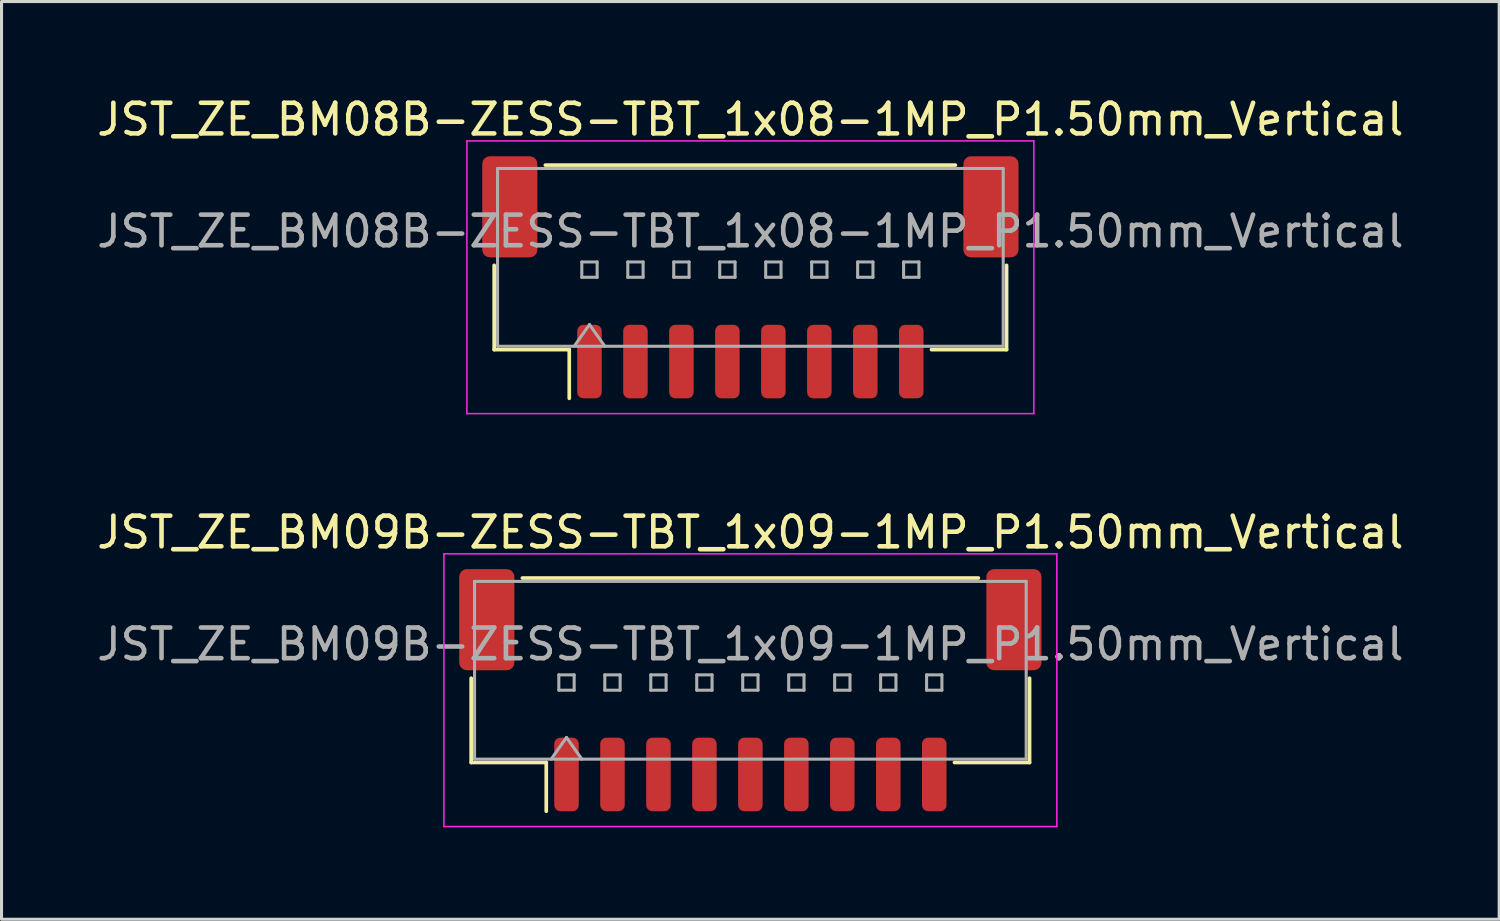
<source format=kicad_pcb>
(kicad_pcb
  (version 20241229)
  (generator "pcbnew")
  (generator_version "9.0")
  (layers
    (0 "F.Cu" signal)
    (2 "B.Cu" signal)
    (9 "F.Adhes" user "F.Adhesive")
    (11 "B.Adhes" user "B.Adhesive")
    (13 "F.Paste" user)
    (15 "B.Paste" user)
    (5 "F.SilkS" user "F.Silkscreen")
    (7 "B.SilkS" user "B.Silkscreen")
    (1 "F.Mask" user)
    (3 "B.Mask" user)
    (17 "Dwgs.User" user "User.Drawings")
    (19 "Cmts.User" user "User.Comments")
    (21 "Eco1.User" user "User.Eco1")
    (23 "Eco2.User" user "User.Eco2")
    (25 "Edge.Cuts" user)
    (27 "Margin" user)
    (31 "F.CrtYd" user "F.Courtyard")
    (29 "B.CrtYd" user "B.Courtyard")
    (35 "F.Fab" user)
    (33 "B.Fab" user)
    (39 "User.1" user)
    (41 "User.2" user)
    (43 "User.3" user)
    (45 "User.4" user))
  (footprint "JST_ZE_BM08B-ZESS-TBT_1x08-1MP_P1.50mm_Vertical"
    (layer "F.Cu")
    (at 21.435 5.998)
    (property "Reference" "JST_ZE_BM08B-ZESS-TBT_1x08-1MP_P1.50mm_Vertical" (at 0 -5.15 0) (layer "F.SilkS") (effects (font (size 1 1) (thickness 0.15))))
    (attr smd)
    (fp_line (start -8.36 -0.39) (end -8.36 2.36) (stroke (width 0.12) (type solid)) (layer "F.SilkS"))
    (fp_line (start -8.36 2.36) (end -5.91 2.36) (stroke (width 0.12) (type solid)) (layer "F.SilkS"))
    (fp_line (start -6.69 -3.66) (end 6.69 -3.66) (stroke (width 0.12) (type solid)) (layer "F.SilkS"))
    (fp_line (start -5.91 2.36) (end -5.91 3.95) (stroke (width 0.12) (type solid)) (layer "F.SilkS"))
    (fp_line (start 8.36 -0.39) (end 8.36 2.36) (stroke (width 0.12) (type solid)) (layer "F.SilkS"))
    (fp_line (start 8.36 2.36) (end 5.91 2.36) (stroke (width 0.12) (type solid)) (layer "F.SilkS"))
    (fp_line (start -9.25 -4.45) (end -9.25 4.45) (stroke (width 0.05) (type solid)) (layer "F.CrtYd"))
    (fp_line (start -9.25 4.45) (end 9.25 4.45) (stroke (width 0.05) (type solid)) (layer "F.CrtYd"))
    (fp_line (start 9.25 -4.45) (end -9.25 -4.45) (stroke (width 0.05) (type solid)) (layer "F.CrtYd"))
    (fp_line (start 9.25 4.45) (end 9.25 -4.45) (stroke (width 0.05) (type solid)) (layer "F.CrtYd"))
    (fp_line (start -8.25 -3.55) (end 8.25 -3.55) (stroke (width 0.1) (type solid)) (layer "F.Fab"))
    (fp_line (start -8.25 2.25) (end -8.25 -3.55) (stroke (width 0.1) (type solid)) (layer "F.Fab"))
    (fp_line (start -8.25 2.25) (end 8.25 2.25) (stroke (width 0.1) (type solid)) (layer "F.Fab"))
    (fp_line (start -5.75 2.25) (end -5.25 1.543) (stroke (width 0.1) (type solid)) (layer "F.Fab"))
    (fp_line (start -5.5 -0.5) (end -5.5 0) (stroke (width 0.1) (type solid)) (layer "F.Fab"))
    (fp_line (start -5.5 0) (end -5 0) (stroke (width 0.1) (type solid)) (layer "F.Fab"))
    (fp_line (start -5.25 1.543) (end -4.75 2.25) (stroke (width 0.1) (type solid)) (layer "F.Fab"))
    (fp_line (start -5 -0.5) (end -5.5 -0.5) (stroke (width 0.1) (type solid)) (layer "F.Fab"))
    (fp_line (start -5 0) (end -5 -0.5) (stroke (width 0.1) (type solid)) (layer "F.Fab"))
    (fp_line (start -4 -0.5) (end -4 0) (stroke (width 0.1) (type solid)) (layer "F.Fab"))
    (fp_line (start -4 0) (end -3.5 0) (stroke (width 0.1) (type solid)) (layer "F.Fab"))
    (fp_line (start -3.5 -0.5) (end -4 -0.5) (stroke (width 0.1) (type solid)) (layer "F.Fab"))
    (fp_line (start -3.5 0) (end -3.5 -0.5) (stroke (width 0.1) (type solid)) (layer "F.Fab"))
    (fp_line (start -2.5 -0.5) (end -2.5 0) (stroke (width 0.1) (type solid)) (layer "F.Fab"))
    (fp_line (start -2.5 0) (end -2 0) (stroke (width 0.1) (type solid)) (layer "F.Fab"))
    (fp_line (start -2 -0.5) (end -2.5 -0.5) (stroke (width 0.1) (type solid)) (layer "F.Fab"))
    (fp_line (start -2 0) (end -2 -0.5) (stroke (width 0.1) (type solid)) (layer "F.Fab"))
    (fp_line (start -1 -0.5) (end -1 0) (stroke (width 0.1) (type solid)) (layer "F.Fab"))
    (fp_line (start -1 0) (end -0.5 0) (stroke (width 0.1) (type solid)) (layer "F.Fab"))
    (fp_line (start -0.5 -0.5) (end -1 -0.5) (stroke (width 0.1) (type solid)) (layer "F.Fab"))
    (fp_line (start -0.5 0) (end -0.5 -0.5) (stroke (width 0.1) (type solid)) (layer "F.Fab"))
    (fp_line (start 0.5 -0.5) (end 0.5 0) (stroke (width 0.1) (type solid)) (layer "F.Fab"))
    (fp_line (start 0.5 0) (end 1 0) (stroke (width 0.1) (type solid)) (layer "F.Fab"))
    (fp_line (start 1 -0.5) (end 0.5 -0.5) (stroke (width 0.1) (type solid)) (layer "F.Fab"))
    (fp_line (start 1 0) (end 1 -0.5) (stroke (width 0.1) (type solid)) (layer "F.Fab"))
    (fp_line (start 2 -0.5) (end 2 0) (stroke (width 0.1) (type solid)) (layer "F.Fab"))
    (fp_line (start 2 0) (end 2.5 0) (stroke (width 0.1) (type solid)) (layer "F.Fab"))
    (fp_line (start 2.5 -0.5) (end 2 -0.5) (stroke (width 0.1) (type solid)) (layer "F.Fab"))
    (fp_line (start 2.5 0) (end 2.5 -0.5) (stroke (width 0.1) (type solid)) (layer "F.Fab"))
    (fp_line (start 3.5 -0.5) (end 3.5 0) (stroke (width 0.1) (type solid)) (layer "F.Fab"))
    (fp_line (start 3.5 0) (end 4 0) (stroke (width 0.1) (type solid)) (layer "F.Fab"))
    (fp_line (start 4 -0.5) (end 3.5 -0.5) (stroke (width 0.1) (type solid)) (layer "F.Fab"))
    (fp_line (start 4 0) (end 4 -0.5) (stroke (width 0.1) (type solid)) (layer "F.Fab"))
    (fp_line (start 5 -0.5) (end 5 0) (stroke (width 0.1) (type solid)) (layer "F.Fab"))
    (fp_line (start 5 0) (end 5.5 0) (stroke (width 0.1) (type solid)) (layer "F.Fab"))
    (fp_line (start 5.5 -0.5) (end 5 -0.5) (stroke (width 0.1) (type solid)) (layer "F.Fab"))
    (fp_line (start 5.5 0) (end 5.5 -0.5) (stroke (width 0.1) (type solid)) (layer "F.Fab"))
    (fp_line (start 8.25 2.25) (end 8.25 -3.55) (stroke (width 0.1) (type solid)) (layer "F.Fab"))
    (fp_text user "${REFERENCE}" (at 0 -1.5 0) (layer "F.Fab") (effects (font (size 1 1) (thickness 0.15))))
    (pad "1" smd roundrect (at -5.25 2.75) (size 0.8 2.4) (layers "F.Cu" "F.Mask" "F.Paste") (roundrect_rratio 0.25))
    (pad "2" smd roundrect (at -3.75 2.75) (size 0.8 2.4) (layers "F.Cu" "F.Mask" "F.Paste") (roundrect_rratio 0.25))
    (pad "3" smd roundrect (at -2.25 2.75) (size 0.8 2.4) (layers "F.Cu" "F.Mask" "F.Paste") (roundrect_rratio 0.25))
    (pad "4" smd roundrect (at -0.75 2.75) (size 0.8 2.4) (layers "F.Cu" "F.Mask" "F.Paste") (roundrect_rratio 0.25))
    (pad "5" smd roundrect (at 0.75 2.75) (size 0.8 2.4) (layers "F.Cu" "F.Mask" "F.Paste") (roundrect_rratio 0.25))
    (pad "6" smd roundrect (at 2.25 2.75) (size 0.8 2.4) (layers "F.Cu" "F.Mask" "F.Paste") (roundrect_rratio 0.25))
    (pad "7" smd roundrect (at 3.75 2.75) (size 0.8 2.4) (layers "F.Cu" "F.Mask" "F.Paste") (roundrect_rratio 0.25))
    (pad "8" smd roundrect (at 5.25 2.75) (size 0.8 2.4) (layers "F.Cu" "F.Mask" "F.Paste") (roundrect_rratio 0.25))
    (pad "MP" smd roundrect (at -7.85 -2.3) (size 1.8 3.3) (layers "F.Cu" "F.Mask" "F.Paste") (roundrect_rratio 0.139))
    (pad "MP" smd roundrect (at 7.85 -2.3) (size 1.8 3.3) (layers "F.Cu" "F.Mask" "F.Paste") (roundrect_rratio 0.139)))
  (footprint "JST_ZE_BM09B-ZESS-TBT_1x09-1MP_P1.50mm_Vertical"
    (layer "F.Cu")
    (at 21.435 19.471)
    (property "Reference" "JST_ZE_BM09B-ZESS-TBT_1x09-1MP_P1.50mm_Vertical" (at 0 -5.15 0) (layer "F.SilkS") (effects (font (size 1 1) (thickness 0.15))))
    (attr smd)
    (fp_line (start -9.11 -0.39) (end -9.11 2.36) (stroke (width 0.12) (type solid)) (layer "F.SilkS"))
    (fp_line (start -9.11 2.36) (end -6.66 2.36) (stroke (width 0.12) (type solid)) (layer "F.SilkS"))
    (fp_line (start -7.44 -3.66) (end 7.44 -3.66) (stroke (width 0.12) (type solid)) (layer "F.SilkS"))
    (fp_line (start -6.66 2.36) (end -6.66 3.95) (stroke (width 0.12) (type solid)) (layer "F.SilkS"))
    (fp_line (start 9.11 -0.39) (end 9.11 2.36) (stroke (width 0.12) (type solid)) (layer "F.SilkS"))
    (fp_line (start 9.11 2.36) (end 6.66 2.36) (stroke (width 0.12) (type solid)) (layer "F.SilkS"))
    (fp_line (start -10 -4.45) (end -10 4.45) (stroke (width 0.05) (type solid)) (layer "F.CrtYd"))
    (fp_line (start -10 4.45) (end 10 4.45) (stroke (width 0.05) (type solid)) (layer "F.CrtYd"))
    (fp_line (start 10 -4.45) (end -10 -4.45) (stroke (width 0.05) (type solid)) (layer "F.CrtYd"))
    (fp_line (start 10 4.45) (end 10 -4.45) (stroke (width 0.05) (type solid)) (layer "F.CrtYd"))
    (fp_line (start -9 -3.55) (end 9 -3.55) (stroke (width 0.1) (type solid)) (layer "F.Fab"))
    (fp_line (start -9 2.25) (end -9 -3.55) (stroke (width 0.1) (type solid)) (layer "F.Fab"))
    (fp_line (start -9 2.25) (end 9 2.25) (stroke (width 0.1) (type solid)) (layer "F.Fab"))
    (fp_line (start -6.5 2.25) (end -6 1.543) (stroke (width 0.1) (type solid)) (layer "F.Fab"))
    (fp_line (start -6.25 -0.5) (end -6.25 0) (stroke (width 0.1) (type solid)) (layer "F.Fab"))
    (fp_line (start -6.25 0) (end -5.75 0) (stroke (width 0.1) (type solid)) (layer "F.Fab"))
    (fp_line (start -6 1.543) (end -5.5 2.25) (stroke (width 0.1) (type solid)) (layer "F.Fab"))
    (fp_line (start -5.75 -0.5) (end -6.25 -0.5) (stroke (width 0.1) (type solid)) (layer "F.Fab"))
    (fp_line (start -5.75 0) (end -5.75 -0.5) (stroke (width 0.1) (type solid)) (layer "F.Fab"))
    (fp_line (start -4.75 -0.5) (end -4.75 0) (stroke (width 0.1) (type solid)) (layer "F.Fab"))
    (fp_line (start -4.75 0) (end -4.25 0) (stroke (width 0.1) (type solid)) (layer "F.Fab"))
    (fp_line (start -4.25 -0.5) (end -4.75 -0.5) (stroke (width 0.1) (type solid)) (layer "F.Fab"))
    (fp_line (start -4.25 0) (end -4.25 -0.5) (stroke (width 0.1) (type solid)) (layer "F.Fab"))
    (fp_line (start -3.25 -0.5) (end -3.25 0) (stroke (width 0.1) (type solid)) (layer "F.Fab"))
    (fp_line (start -3.25 0) (end -2.75 0) (stroke (width 0.1) (type solid)) (layer "F.Fab"))
    (fp_line (start -2.75 -0.5) (end -3.25 -0.5) (stroke (width 0.1) (type solid)) (layer "F.Fab"))
    (fp_line (start -2.75 0) (end -2.75 -0.5) (stroke (width 0.1) (type solid)) (layer "F.Fab"))
    (fp_line (start -1.75 -0.5) (end -1.75 0) (stroke (width 0.1) (type solid)) (layer "F.Fab"))
    (fp_line (start -1.75 0) (end -1.25 0) (stroke (width 0.1) (type solid)) (layer "F.Fab"))
    (fp_line (start -1.25 -0.5) (end -1.75 -0.5) (stroke (width 0.1) (type solid)) (layer "F.Fab"))
    (fp_line (start -1.25 0) (end -1.25 -0.5) (stroke (width 0.1) (type solid)) (layer "F.Fab"))
    (fp_line (start -0.25 -0.5) (end -0.25 0) (stroke (width 0.1) (type solid)) (layer "F.Fab"))
    (fp_line (start -0.25 0) (end 0.25 0) (stroke (width 0.1) (type solid)) (layer "F.Fab"))
    (fp_line (start 0.25 -0.5) (end -0.25 -0.5) (stroke (width 0.1) (type solid)) (layer "F.Fab"))
    (fp_line (start 0.25 0) (end 0.25 -0.5) (stroke (width 0.1) (type solid)) (layer "F.Fab"))
    (fp_line (start 1.25 -0.5) (end 1.25 0) (stroke (width 0.1) (type solid)) (layer "F.Fab"))
    (fp_line (start 1.25 0) (end 1.75 0) (stroke (width 0.1) (type solid)) (layer "F.Fab"))
    (fp_line (start 1.75 -0.5) (end 1.25 -0.5) (stroke (width 0.1) (type solid)) (layer "F.Fab"))
    (fp_line (start 1.75 0) (end 1.75 -0.5) (stroke (width 0.1) (type solid)) (layer "F.Fab"))
    (fp_line (start 2.75 -0.5) (end 2.75 0) (stroke (width 0.1) (type solid)) (layer "F.Fab"))
    (fp_line (start 2.75 0) (end 3.25 0) (stroke (width 0.1) (type solid)) (layer "F.Fab"))
    (fp_line (start 3.25 -0.5) (end 2.75 -0.5) (stroke (width 0.1) (type solid)) (layer "F.Fab"))
    (fp_line (start 3.25 0) (end 3.25 -0.5) (stroke (width 0.1) (type solid)) (layer "F.Fab"))
    (fp_line (start 4.25 -0.5) (end 4.25 0) (stroke (width 0.1) (type solid)) (layer "F.Fab"))
    (fp_line (start 4.25 0) (end 4.75 0) (stroke (width 0.1) (type solid)) (layer "F.Fab"))
    (fp_line (start 4.75 -0.5) (end 4.25 -0.5) (stroke (width 0.1) (type solid)) (layer "F.Fab"))
    (fp_line (start 4.75 0) (end 4.75 -0.5) (stroke (width 0.1) (type solid)) (layer "F.Fab"))
    (fp_line (start 5.75 -0.5) (end 5.75 0) (stroke (width 0.1) (type solid)) (layer "F.Fab"))
    (fp_line (start 5.75 0) (end 6.25 0) (stroke (width 0.1) (type solid)) (layer "F.Fab"))
    (fp_line (start 6.25 -0.5) (end 5.75 -0.5) (stroke (width 0.1) (type solid)) (layer "F.Fab"))
    (fp_line (start 6.25 0) (end 6.25 -0.5) (stroke (width 0.1) (type solid)) (layer "F.Fab"))
    (fp_line (start 9 2.25) (end 9 -3.55) (stroke (width 0.1) (type solid)) (layer "F.Fab"))
    (fp_text user "${REFERENCE}" (at 0 -1.5 0) (layer "F.Fab") (effects (font (size 1 1) (thickness 0.15))))
    (pad "1" smd roundrect (at -6 2.75) (size 0.8 2.4) (layers "F.Cu" "F.Mask" "F.Paste") (roundrect_rratio 0.25))
    (pad "2" smd roundrect (at -4.5 2.75) (size 0.8 2.4) (layers "F.Cu" "F.Mask" "F.Paste") (roundrect_rratio 0.25))
    (pad "3" smd roundrect (at -3 2.75) (size 0.8 2.4) (layers "F.Cu" "F.Mask" "F.Paste") (roundrect_rratio 0.25))
    (pad "4" smd roundrect (at -1.5 2.75) (size 0.8 2.4) (layers "F.Cu" "F.Mask" "F.Paste") (roundrect_rratio 0.25))
    (pad "5" smd roundrect (at 0 2.75) (size 0.8 2.4) (layers "F.Cu" "F.Mask" "F.Paste") (roundrect_rratio 0.25))
    (pad "6" smd roundrect (at 1.5 2.75) (size 0.8 2.4) (layers "F.Cu" "F.Mask" "F.Paste") (roundrect_rratio 0.25))
    (pad "7" smd roundrect (at 3 2.75) (size 0.8 2.4) (layers "F.Cu" "F.Mask" "F.Paste") (roundrect_rratio 0.25))
    (pad "8" smd roundrect (at 4.5 2.75) (size 0.8 2.4) (layers "F.Cu" "F.Mask" "F.Paste") (roundrect_rratio 0.25))
    (pad "9" smd roundrect (at 6 2.75) (size 0.8 2.4) (layers "F.Cu" "F.Mask" "F.Paste") (roundrect_rratio 0.25))
    (pad "MP" smd roundrect (at -8.6 -2.3) (size 1.8 3.3) (layers "F.Cu" "F.Mask" "F.Paste") (roundrect_rratio 0.139))
    (pad "MP" smd roundrect (at 8.6 -2.3) (size 1.8 3.3) (layers "F.Cu" "F.Mask" "F.Paste") (roundrect_rratio 0.139)))
  (gr_rect
    (start -3 -3)
    (end 45.869 26.947)
    (stroke (width 0.1) (type default))
    (fill no)
    (layer "Edge.Cuts")))
</source>
